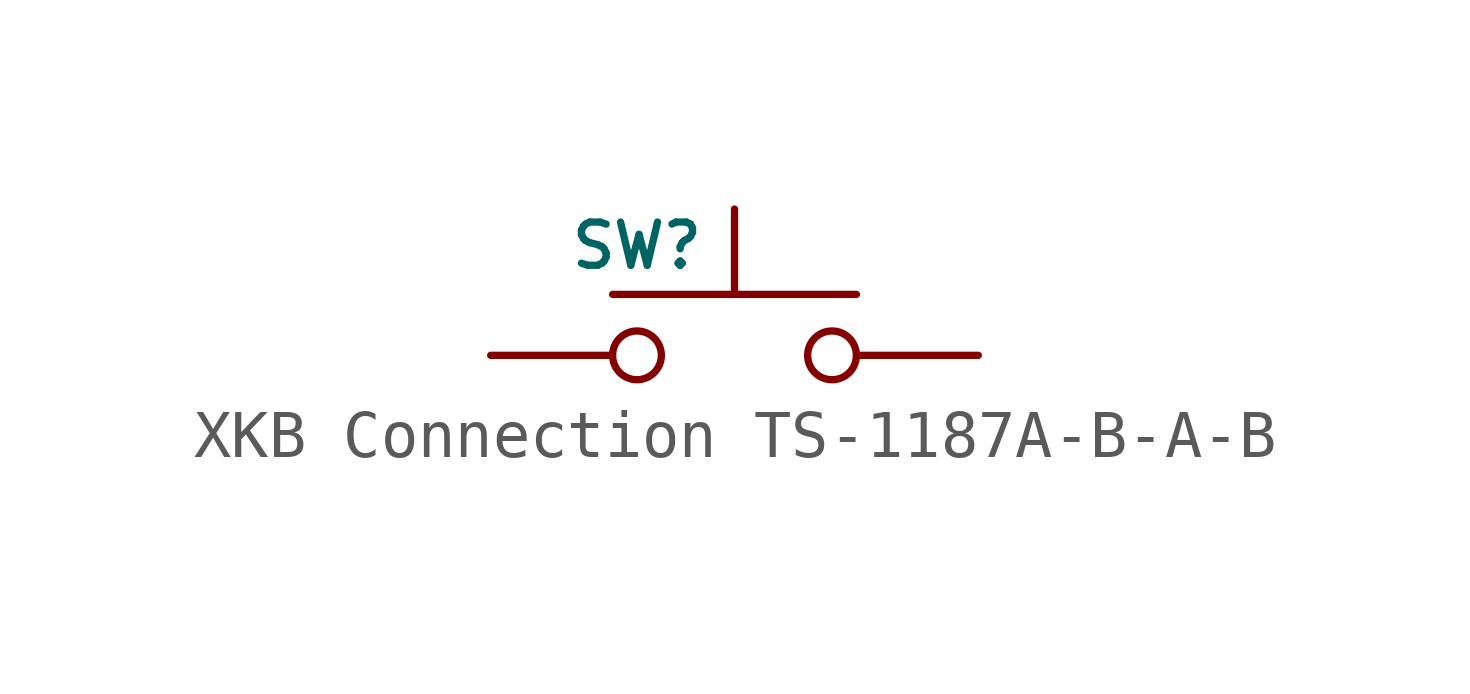
<source format=kicad_sym>
(kicad_symbol_lib
  (version 20231120)
  (generator "kicad_symbol_editor")
  (generator_version "8.0")
  (symbol "XKB Connection TS-1187A-B-A-B"
    (pin_numbers hide)
    (pin_names
      (offset 1.016) hide)
    (property "Reference" "SW"
      (at -2.032 2.286 0)
      (effects (font (size 0.9 0.9))))
    (symbol "XKB Connection TS-1187A-B-A-B_0_1"
      (circle (center -2.032 0) (radius 0.508) (stroke (width 0) (type default)) (fill (type none)))
      (polyline (pts (xy 0 1.27) (xy 0 3.048)) (stroke (width 0) (type default)) (fill (type none)))
      (polyline (pts (xy 2.54 1.27) (xy -2.54 1.27)) (stroke (width 0) (type default)) (fill (type none)))
      (circle (center 2.032 0) (radius 0.508) (stroke (width 0) (type default)) (fill (type none)))
      (pin passive line (at -5.08 0 0) (length 2.54) (name "1" (effects (font (size 1.27 1.27)))) (number "1" (effects (font (size 1.27 1.27)))))
      (pin passive line (at 5.08 0 180) (length 2.54) (name "2" (effects (font (size 1.27 1.27)))) (number "2" (effects (font (size 1.27 1.27))))))))
</source>
